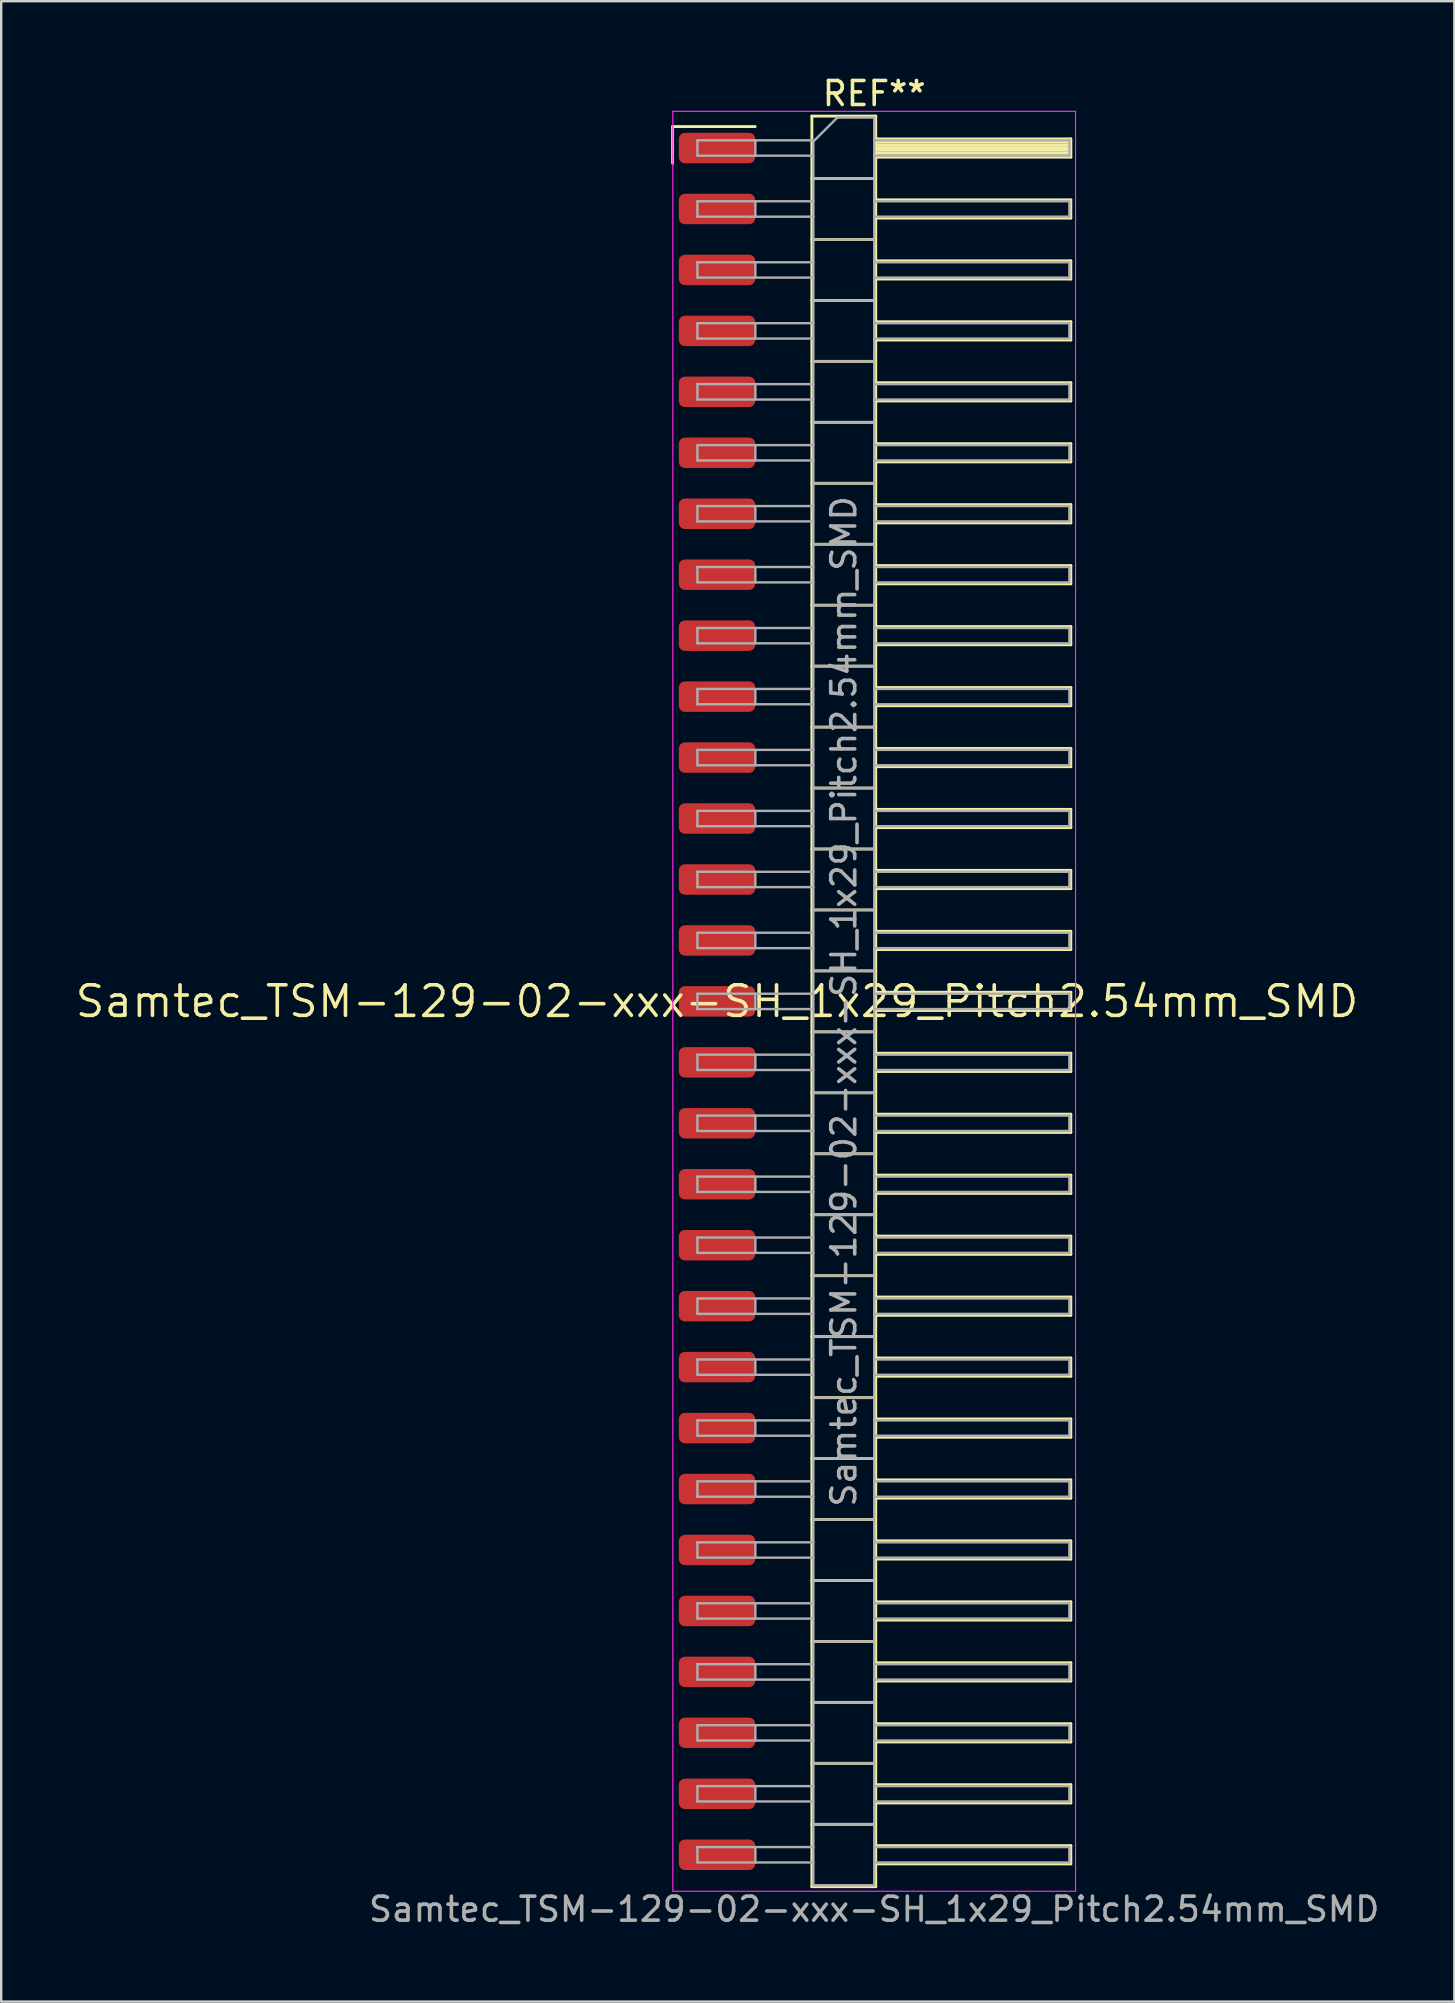
<source format=kicad_pcb>
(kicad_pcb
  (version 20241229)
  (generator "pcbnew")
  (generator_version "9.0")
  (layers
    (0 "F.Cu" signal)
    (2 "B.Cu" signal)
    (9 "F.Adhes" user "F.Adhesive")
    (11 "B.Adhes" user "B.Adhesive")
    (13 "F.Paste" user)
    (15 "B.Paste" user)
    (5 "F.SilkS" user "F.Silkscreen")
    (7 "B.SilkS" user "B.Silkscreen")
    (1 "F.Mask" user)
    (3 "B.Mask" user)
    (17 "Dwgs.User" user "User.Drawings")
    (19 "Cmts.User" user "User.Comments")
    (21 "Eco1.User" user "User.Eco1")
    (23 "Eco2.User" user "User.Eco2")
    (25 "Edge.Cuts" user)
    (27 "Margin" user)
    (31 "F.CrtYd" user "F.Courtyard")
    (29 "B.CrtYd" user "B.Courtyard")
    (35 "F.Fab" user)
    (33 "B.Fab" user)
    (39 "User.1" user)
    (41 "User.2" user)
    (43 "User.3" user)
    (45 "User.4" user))
  (footprint "Samtec_TSM-129-02-xxx-SH_1x29_Pitch2.54mm_SMD"
    (layer "F.Cu")
    (at 26.828 38.678)
    (property "Reference" "Samtec_TSM-129-02-xxx-SH_1x29_Pitch2.54mm_SMD" (at 0 0 0) (layer "F.SilkS") (effects (font (size 1.27 1.27) (thickness 0.15))))
    (attr smd)
    (fp_line (start -1.85 -36.455) (end 1.59 -36.455) (stroke (width 0.12) (type solid)) (layer "F.SilkS"))
    (fp_line (start -1.85 -34.925) (end -1.85 -36.455) (stroke (width 0.12) (type solid)) (layer "F.SilkS"))
    (fp_line (start 3.953 -36.89) (end 6.613 -36.89) (stroke (width 0.12) (type solid)) (layer "F.SilkS"))
    (fp_line (start 3.953 -34.29) (end 6.613 -34.29) (stroke (width 0.12) (type solid)) (layer "F.SilkS"))
    (fp_line (start 3.953 -31.75) (end 6.613 -31.75) (stroke (width 0.12) (type solid)) (layer "F.SilkS"))
    (fp_line (start 3.953 -29.21) (end 6.613 -29.21) (stroke (width 0.12) (type solid)) (layer "F.SilkS"))
    (fp_line (start 3.953 -26.67) (end 6.613 -26.67) (stroke (width 0.12) (type solid)) (layer "F.SilkS"))
    (fp_line (start 3.953 -24.13) (end 6.613 -24.13) (stroke (width 0.12) (type solid)) (layer "F.SilkS"))
    (fp_line (start 3.953 -21.59) (end 6.613 -21.59) (stroke (width 0.12) (type solid)) (layer "F.SilkS"))
    (fp_line (start 3.953 -19.05) (end 6.613 -19.05) (stroke (width 0.12) (type solid)) (layer "F.SilkS"))
    (fp_line (start 3.953 -16.51) (end 6.613 -16.51) (stroke (width 0.12) (type solid)) (layer "F.SilkS"))
    (fp_line (start 3.953 -13.97) (end 6.613 -13.97) (stroke (width 0.12) (type solid)) (layer "F.SilkS"))
    (fp_line (start 3.953 -11.43) (end 6.613 -11.43) (stroke (width 0.12) (type solid)) (layer "F.SilkS"))
    (fp_line (start 3.953 -8.89) (end 6.613 -8.89) (stroke (width 0.12) (type solid)) (layer "F.SilkS"))
    (fp_line (start 3.953 -6.35) (end 6.613 -6.35) (stroke (width 0.12) (type solid)) (layer "F.SilkS"))
    (fp_line (start 3.953 -3.81) (end 6.613 -3.81) (stroke (width 0.12) (type solid)) (layer "F.SilkS"))
    (fp_line (start 3.953 -1.27) (end 6.613 -1.27) (stroke (width 0.12) (type solid)) (layer "F.SilkS"))
    (fp_line (start 3.953 1.27) (end 6.613 1.27) (stroke (width 0.12) (type solid)) (layer "F.SilkS"))
    (fp_line (start 3.953 3.81) (end 6.613 3.81) (stroke (width 0.12) (type solid)) (layer "F.SilkS"))
    (fp_line (start 3.953 6.35) (end 6.613 6.35) (stroke (width 0.12) (type solid)) (layer "F.SilkS"))
    (fp_line (start 3.953 8.89) (end 6.613 8.89) (stroke (width 0.12) (type solid)) (layer "F.SilkS"))
    (fp_line (start 3.953 11.43) (end 6.613 11.43) (stroke (width 0.12) (type solid)) (layer "F.SilkS"))
    (fp_line (start 3.953 13.97) (end 6.613 13.97) (stroke (width 0.12) (type solid)) (layer "F.SilkS"))
    (fp_line (start 3.953 16.51) (end 6.613 16.51) (stroke (width 0.12) (type solid)) (layer "F.SilkS"))
    (fp_line (start 3.953 19.05) (end 6.613 19.05) (stroke (width 0.12) (type solid)) (layer "F.SilkS"))
    (fp_line (start 3.953 21.59) (end 6.613 21.59) (stroke (width 0.12) (type solid)) (layer "F.SilkS"))
    (fp_line (start 3.953 24.13) (end 6.613 24.13) (stroke (width 0.12) (type solid)) (layer "F.SilkS"))
    (fp_line (start 3.953 26.67) (end 6.613 26.67) (stroke (width 0.12) (type solid)) (layer "F.SilkS"))
    (fp_line (start 3.953 29.21) (end 6.613 29.21) (stroke (width 0.12) (type solid)) (layer "F.SilkS"))
    (fp_line (start 3.953 31.75) (end 6.613 31.75) (stroke (width 0.12) (type solid)) (layer "F.SilkS"))
    (fp_line (start 3.953 34.29) (end 6.613 34.29) (stroke (width 0.12) (type solid)) (layer "F.SilkS"))
    (fp_line (start 3.953 36.89) (end 3.953 -36.89) (stroke (width 0.12) (type solid)) (layer "F.SilkS"))
    (fp_line (start 6.613 -36.89) (end 6.613 36.89) (stroke (width 0.12) (type solid)) (layer "F.SilkS"))
    (fp_line (start 6.613 -35.94) (end 14.743 -35.94) (stroke (width 0.12) (type solid)) (layer "F.SilkS"))
    (fp_line (start 6.613 -35.82) (end 14.743 -35.82) (stroke (width 0.12) (type solid)) (layer "F.SilkS"))
    (fp_line (start 6.613 -35.7) (end 14.743 -35.7) (stroke (width 0.12) (type solid)) (layer "F.SilkS"))
    (fp_line (start 6.613 -35.58) (end 14.743 -35.58) (stroke (width 0.12) (type solid)) (layer "F.SilkS"))
    (fp_line (start 6.613 -35.46) (end 14.743 -35.46) (stroke (width 0.12) (type solid)) (layer "F.SilkS"))
    (fp_line (start 6.613 -35.34) (end 14.743 -35.34) (stroke (width 0.12) (type solid)) (layer "F.SilkS"))
    (fp_line (start 6.613 -35.22) (end 14.743 -35.22) (stroke (width 0.12) (type solid)) (layer "F.SilkS"))
    (fp_line (start 6.613 -35.18) (end 14.743 -35.18) (stroke (width 0.12) (type solid)) (layer "F.SilkS"))
    (fp_line (start 6.613 -33.4) (end 14.743 -33.4) (stroke (width 0.12) (type solid)) (layer "F.SilkS"))
    (fp_line (start 6.613 -32.64) (end 14.743 -32.64) (stroke (width 0.12) (type solid)) (layer "F.SilkS"))
    (fp_line (start 6.613 -30.86) (end 14.743 -30.86) (stroke (width 0.12) (type solid)) (layer "F.SilkS"))
    (fp_line (start 6.613 -30.1) (end 14.743 -30.1) (stroke (width 0.12) (type solid)) (layer "F.SilkS"))
    (fp_line (start 6.613 -28.32) (end 14.743 -28.32) (stroke (width 0.12) (type solid)) (layer "F.SilkS"))
    (fp_line (start 6.613 -27.56) (end 14.743 -27.56) (stroke (width 0.12) (type solid)) (layer "F.SilkS"))
    (fp_line (start 6.613 -25.78) (end 14.743 -25.78) (stroke (width 0.12) (type solid)) (layer "F.SilkS"))
    (fp_line (start 6.613 -25.02) (end 14.743 -25.02) (stroke (width 0.12) (type solid)) (layer "F.SilkS"))
    (fp_line (start 6.613 -23.24) (end 14.743 -23.24) (stroke (width 0.12) (type solid)) (layer "F.SilkS"))
    (fp_line (start 6.613 -22.48) (end 14.743 -22.48) (stroke (width 0.12) (type solid)) (layer "F.SilkS"))
    (fp_line (start 6.613 -20.7) (end 14.743 -20.7) (stroke (width 0.12) (type solid)) (layer "F.SilkS"))
    (fp_line (start 6.613 -19.94) (end 14.743 -19.94) (stroke (width 0.12) (type solid)) (layer "F.SilkS"))
    (fp_line (start 6.613 -18.16) (end 14.743 -18.16) (stroke (width 0.12) (type solid)) (layer "F.SilkS"))
    (fp_line (start 6.613 -17.4) (end 14.743 -17.4) (stroke (width 0.12) (type solid)) (layer "F.SilkS"))
    (fp_line (start 6.613 -15.62) (end 14.743 -15.62) (stroke (width 0.12) (type solid)) (layer "F.SilkS"))
    (fp_line (start 6.613 -14.86) (end 14.743 -14.86) (stroke (width 0.12) (type solid)) (layer "F.SilkS"))
    (fp_line (start 6.613 -13.08) (end 14.743 -13.08) (stroke (width 0.12) (type solid)) (layer "F.SilkS"))
    (fp_line (start 6.613 -12.32) (end 14.743 -12.32) (stroke (width 0.12) (type solid)) (layer "F.SilkS"))
    (fp_line (start 6.613 -10.54) (end 14.743 -10.54) (stroke (width 0.12) (type solid)) (layer "F.SilkS"))
    (fp_line (start 6.613 -9.78) (end 14.743 -9.78) (stroke (width 0.12) (type solid)) (layer "F.SilkS"))
    (fp_line (start 6.613 -8) (end 14.743 -8) (stroke (width 0.12) (type solid)) (layer "F.SilkS"))
    (fp_line (start 6.613 -7.24) (end 14.743 -7.24) (stroke (width 0.12) (type solid)) (layer "F.SilkS"))
    (fp_line (start 6.613 -5.46) (end 14.743 -5.46) (stroke (width 0.12) (type solid)) (layer "F.SilkS"))
    (fp_line (start 6.613 -4.7) (end 14.743 -4.7) (stroke (width 0.12) (type solid)) (layer "F.SilkS"))
    (fp_line (start 6.613 -2.92) (end 14.743 -2.92) (stroke (width 0.12) (type solid)) (layer "F.SilkS"))
    (fp_line (start 6.613 -2.16) (end 14.743 -2.16) (stroke (width 0.12) (type solid)) (layer "F.SilkS"))
    (fp_line (start 6.613 -0.38) (end 14.743 -0.38) (stroke (width 0.12) (type solid)) (layer "F.SilkS"))
    (fp_line (start 6.613 0.38) (end 14.743 0.38) (stroke (width 0.12) (type solid)) (layer "F.SilkS"))
    (fp_line (start 6.613 2.16) (end 14.743 2.16) (stroke (width 0.12) (type solid)) (layer "F.SilkS"))
    (fp_line (start 6.613 2.92) (end 14.743 2.92) (stroke (width 0.12) (type solid)) (layer "F.SilkS"))
    (fp_line (start 6.613 4.7) (end 14.743 4.7) (stroke (width 0.12) (type solid)) (layer "F.SilkS"))
    (fp_line (start 6.613 5.46) (end 14.743 5.46) (stroke (width 0.12) (type solid)) (layer "F.SilkS"))
    (fp_line (start 6.613 7.24) (end 14.743 7.24) (stroke (width 0.12) (type solid)) (layer "F.SilkS"))
    (fp_line (start 6.613 8) (end 14.743 8) (stroke (width 0.12) (type solid)) (layer "F.SilkS"))
    (fp_line (start 6.613 9.78) (end 14.743 9.78) (stroke (width 0.12) (type solid)) (layer "F.SilkS"))
    (fp_line (start 6.613 10.54) (end 14.743 10.54) (stroke (width 0.12) (type solid)) (layer "F.SilkS"))
    (fp_line (start 6.613 12.32) (end 14.743 12.32) (stroke (width 0.12) (type solid)) (layer "F.SilkS"))
    (fp_line (start 6.613 13.08) (end 14.743 13.08) (stroke (width 0.12) (type solid)) (layer "F.SilkS"))
    (fp_line (start 6.613 14.86) (end 14.743 14.86) (stroke (width 0.12) (type solid)) (layer "F.SilkS"))
    (fp_line (start 6.613 15.62) (end 14.743 15.62) (stroke (width 0.12) (type solid)) (layer "F.SilkS"))
    (fp_line (start 6.613 17.4) (end 14.743 17.4) (stroke (width 0.12) (type solid)) (layer "F.SilkS"))
    (fp_line (start 6.613 18.16) (end 14.743 18.16) (stroke (width 0.12) (type solid)) (layer "F.SilkS"))
    (fp_line (start 6.613 19.94) (end 14.743 19.94) (stroke (width 0.12) (type solid)) (layer "F.SilkS"))
    (fp_line (start 6.613 20.7) (end 14.743 20.7) (stroke (width 0.12) (type solid)) (layer "F.SilkS"))
    (fp_line (start 6.613 22.48) (end 14.743 22.48) (stroke (width 0.12) (type solid)) (layer "F.SilkS"))
    (fp_line (start 6.613 23.24) (end 14.743 23.24) (stroke (width 0.12) (type solid)) (layer "F.SilkS"))
    (fp_line (start 6.613 25.02) (end 14.743 25.02) (stroke (width 0.12) (type solid)) (layer "F.SilkS"))
    (fp_line (start 6.613 25.78) (end 14.743 25.78) (stroke (width 0.12) (type solid)) (layer "F.SilkS"))
    (fp_line (start 6.613 27.56) (end 14.743 27.56) (stroke (width 0.12) (type solid)) (layer "F.SilkS"))
    (fp_line (start 6.613 28.32) (end 14.743 28.32) (stroke (width 0.12) (type solid)) (layer "F.SilkS"))
    (fp_line (start 6.613 30.1) (end 14.743 30.1) (stroke (width 0.12) (type solid)) (layer "F.SilkS"))
    (fp_line (start 6.613 30.86) (end 14.743 30.86) (stroke (width 0.12) (type solid)) (layer "F.SilkS"))
    (fp_line (start 6.613 32.64) (end 14.743 32.64) (stroke (width 0.12) (type solid)) (layer "F.SilkS"))
    (fp_line (start 6.613 33.4) (end 14.743 33.4) (stroke (width 0.12) (type solid)) (layer "F.SilkS"))
    (fp_line (start 6.613 35.18) (end 14.743 35.18) (stroke (width 0.12) (type solid)) (layer "F.SilkS"))
    (fp_line (start 6.613 35.94) (end 14.743 35.94) (stroke (width 0.12) (type solid)) (layer "F.SilkS"))
    (fp_line (start 6.613 36.89) (end 3.953 36.89) (stroke (width 0.12) (type solid)) (layer "F.SilkS"))
    (fp_line (start 14.743 -35.94) (end 14.743 -35.18) (stroke (width 0.12) (type solid)) (layer "F.SilkS"))
    (fp_line (start 14.743 -33.4) (end 14.743 -32.64) (stroke (width 0.12) (type solid)) (layer "F.SilkS"))
    (fp_line (start 14.743 -30.86) (end 14.743 -30.1) (stroke (width 0.12) (type solid)) (layer "F.SilkS"))
    (fp_line (start 14.743 -28.32) (end 14.743 -27.56) (stroke (width 0.12) (type solid)) (layer "F.SilkS"))
    (fp_line (start 14.743 -25.78) (end 14.743 -25.02) (stroke (width 0.12) (type solid)) (layer "F.SilkS"))
    (fp_line (start 14.743 -23.24) (end 14.743 -22.48) (stroke (width 0.12) (type solid)) (layer "F.SilkS"))
    (fp_line (start 14.743 -20.7) (end 14.743 -19.94) (stroke (width 0.12) (type solid)) (layer "F.SilkS"))
    (fp_line (start 14.743 -18.16) (end 14.743 -17.4) (stroke (width 0.12) (type solid)) (layer "F.SilkS"))
    (fp_line (start 14.743 -15.62) (end 14.743 -14.86) (stroke (width 0.12) (type solid)) (layer "F.SilkS"))
    (fp_line (start 14.743 -13.08) (end 14.743 -12.32) (stroke (width 0.12) (type solid)) (layer "F.SilkS"))
    (fp_line (start 14.743 -10.54) (end 14.743 -9.78) (stroke (width 0.12) (type solid)) (layer "F.SilkS"))
    (fp_line (start 14.743 -8) (end 14.743 -7.24) (stroke (width 0.12) (type solid)) (layer "F.SilkS"))
    (fp_line (start 14.743 -5.46) (end 14.743 -4.7) (stroke (width 0.12) (type solid)) (layer "F.SilkS"))
    (fp_line (start 14.743 -2.92) (end 14.743 -2.16) (stroke (width 0.12) (type solid)) (layer "F.SilkS"))
    (fp_line (start 14.743 -0.38) (end 14.743 0.38) (stroke (width 0.12) (type solid)) (layer "F.SilkS"))
    (fp_line (start 14.743 2.16) (end 14.743 2.92) (stroke (width 0.12) (type solid)) (layer "F.SilkS"))
    (fp_line (start 14.743 4.7) (end 14.743 5.46) (stroke (width 0.12) (type solid)) (layer "F.SilkS"))
    (fp_line (start 14.743 7.24) (end 14.743 8) (stroke (width 0.12) (type solid)) (layer "F.SilkS"))
    (fp_line (start 14.743 9.78) (end 14.743 10.54) (stroke (width 0.12) (type solid)) (layer "F.SilkS"))
    (fp_line (start 14.743 12.32) (end 14.743 13.08) (stroke (width 0.12) (type solid)) (layer "F.SilkS"))
    (fp_line (start 14.743 14.86) (end 14.743 15.62) (stroke (width 0.12) (type solid)) (layer "F.SilkS"))
    (fp_line (start 14.743 17.4) (end 14.743 18.16) (stroke (width 0.12) (type solid)) (layer "F.SilkS"))
    (fp_line (start 14.743 19.94) (end 14.743 20.7) (stroke (width 0.12) (type solid)) (layer "F.SilkS"))
    (fp_line (start 14.743 22.48) (end 14.743 23.24) (stroke (width 0.12) (type solid)) (layer "F.SilkS"))
    (fp_line (start 14.743 25.02) (end 14.743 25.78) (stroke (width 0.12) (type solid)) (layer "F.SilkS"))
    (fp_line (start 14.743 27.56) (end 14.743 28.32) (stroke (width 0.12) (type solid)) (layer "F.SilkS"))
    (fp_line (start 14.743 30.1) (end 14.743 30.86) (stroke (width 0.12) (type solid)) (layer "F.SilkS"))
    (fp_line (start 14.743 32.64) (end 14.743 33.4) (stroke (width 0.12) (type solid)) (layer "F.SilkS"))
    (fp_line (start 14.743 35.18) (end 14.743 35.94) (stroke (width 0.12) (type solid)) (layer "F.SilkS"))
    (fp_line (start -1.84 -37.09) (end 14.94 -37.09) (stroke (width 0.05) (type solid)) (layer "F.CrtYd"))
    (fp_line (start -1.84 37.08) (end -1.84 -37.09) (stroke (width 0.05) (type solid)) (layer "F.CrtYd"))
    (fp_line (start 14.94 -37.09) (end 14.94 37.08) (stroke (width 0.05) (type solid)) (layer "F.CrtYd"))
    (fp_line (start 14.94 37.08) (end -1.84 37.08) (stroke (width 0.05) (type solid)) (layer "F.CrtYd"))
    (fp_line (start -0.817 -35.88) (end -0.817 -35.24) (stroke (width 0.1) (type solid)) (layer "F.Fab"))
    (fp_line (start -0.817 -35.88) (end 4.013 -35.88) (stroke (width 0.1) (type solid)) (layer "F.Fab"))
    (fp_line (start -0.817 -35.24) (end 4.013 -35.24) (stroke (width 0.1) (type solid)) (layer "F.Fab"))
    (fp_line (start -0.817 -33.34) (end -0.817 -32.7) (stroke (width 0.1) (type solid)) (layer "F.Fab"))
    (fp_line (start -0.817 -33.34) (end 4.013 -33.34) (stroke (width 0.1) (type solid)) (layer "F.Fab"))
    (fp_line (start -0.817 -32.7) (end 4.013 -32.7) (stroke (width 0.1) (type solid)) (layer "F.Fab"))
    (fp_line (start -0.817 -30.8) (end -0.817 -30.16) (stroke (width 0.1) (type solid)) (layer "F.Fab"))
    (fp_line (start -0.817 -30.8) (end 4.013 -30.8) (stroke (width 0.1) (type solid)) (layer "F.Fab"))
    (fp_line (start -0.817 -30.16) (end 4.013 -30.16) (stroke (width 0.1) (type solid)) (layer "F.Fab"))
    (fp_line (start -0.817 -28.26) (end -0.817 -27.62) (stroke (width 0.1) (type solid)) (layer "F.Fab"))
    (fp_line (start -0.817 -28.26) (end 4.013 -28.26) (stroke (width 0.1) (type solid)) (layer "F.Fab"))
    (fp_line (start -0.817 -27.62) (end 4.013 -27.62) (stroke (width 0.1) (type solid)) (layer "F.Fab"))
    (fp_line (start -0.817 -25.72) (end -0.817 -25.08) (stroke (width 0.1) (type solid)) (layer "F.Fab"))
    (fp_line (start -0.817 -25.72) (end 4.013 -25.72) (stroke (width 0.1) (type solid)) (layer "F.Fab"))
    (fp_line (start -0.817 -25.08) (end 4.013 -25.08) (stroke (width 0.1) (type solid)) (layer "F.Fab"))
    (fp_line (start -0.817 -23.18) (end -0.817 -22.54) (stroke (width 0.1) (type solid)) (layer "F.Fab"))
    (fp_line (start -0.817 -23.18) (end 4.013 -23.18) (stroke (width 0.1) (type solid)) (layer "F.Fab"))
    (fp_line (start -0.817 -22.54) (end 4.013 -22.54) (stroke (width 0.1) (type solid)) (layer "F.Fab"))
    (fp_line (start -0.817 -20.64) (end -0.817 -20) (stroke (width 0.1) (type solid)) (layer "F.Fab"))
    (fp_line (start -0.817 -20.64) (end 4.013 -20.64) (stroke (width 0.1) (type solid)) (layer "F.Fab"))
    (fp_line (start -0.817 -20) (end 4.013 -20) (stroke (width 0.1) (type solid)) (layer "F.Fab"))
    (fp_line (start -0.817 -18.1) (end -0.817 -17.46) (stroke (width 0.1) (type solid)) (layer "F.Fab"))
    (fp_line (start -0.817 -18.1) (end 4.013 -18.1) (stroke (width 0.1) (type solid)) (layer "F.Fab"))
    (fp_line (start -0.817 -17.46) (end 4.013 -17.46) (stroke (width 0.1) (type solid)) (layer "F.Fab"))
    (fp_line (start -0.817 -15.56) (end -0.817 -14.92) (stroke (width 0.1) (type solid)) (layer "F.Fab"))
    (fp_line (start -0.817 -15.56) (end 4.013 -15.56) (stroke (width 0.1) (type solid)) (layer "F.Fab"))
    (fp_line (start -0.817 -14.92) (end 4.013 -14.92) (stroke (width 0.1) (type solid)) (layer "F.Fab"))
    (fp_line (start -0.817 -13.02) (end -0.817 -12.38) (stroke (width 0.1) (type solid)) (layer "F.Fab"))
    (fp_line (start -0.817 -13.02) (end 4.013 -13.02) (stroke (width 0.1) (type solid)) (layer "F.Fab"))
    (fp_line (start -0.817 -12.38) (end 4.013 -12.38) (stroke (width 0.1) (type solid)) (layer "F.Fab"))
    (fp_line (start -0.817 -10.48) (end -0.817 -9.84) (stroke (width 0.1) (type solid)) (layer "F.Fab"))
    (fp_line (start -0.817 -10.48) (end 4.013 -10.48) (stroke (width 0.1) (type solid)) (layer "F.Fab"))
    (fp_line (start -0.817 -9.84) (end 4.013 -9.84) (stroke (width 0.1) (type solid)) (layer "F.Fab"))
    (fp_line (start -0.817 -7.94) (end -0.817 -7.3) (stroke (width 0.1) (type solid)) (layer "F.Fab"))
    (fp_line (start -0.817 -7.94) (end 4.013 -7.94) (stroke (width 0.1) (type solid)) (layer "F.Fab"))
    (fp_line (start -0.817 -7.3) (end 4.013 -7.3) (stroke (width 0.1) (type solid)) (layer "F.Fab"))
    (fp_line (start -0.817 -5.4) (end -0.817 -4.76) (stroke (width 0.1) (type solid)) (layer "F.Fab"))
    (fp_line (start -0.817 -5.4) (end 4.013 -5.4) (stroke (width 0.1) (type solid)) (layer "F.Fab"))
    (fp_line (start -0.817 -4.76) (end 4.013 -4.76) (stroke (width 0.1) (type solid)) (layer "F.Fab"))
    (fp_line (start -0.817 -2.86) (end -0.817 -2.22) (stroke (width 0.1) (type solid)) (layer "F.Fab"))
    (fp_line (start -0.817 -2.86) (end 4.013 -2.86) (stroke (width 0.1) (type solid)) (layer "F.Fab"))
    (fp_line (start -0.817 -2.22) (end 4.013 -2.22) (stroke (width 0.1) (type solid)) (layer "F.Fab"))
    (fp_line (start -0.817 -0.32) (end -0.817 0.32) (stroke (width 0.1) (type solid)) (layer "F.Fab"))
    (fp_line (start -0.817 -0.32) (end 4.013 -0.32) (stroke (width 0.1) (type solid)) (layer "F.Fab"))
    (fp_line (start -0.817 0.32) (end 4.013 0.32) (stroke (width 0.1) (type solid)) (layer "F.Fab"))
    (fp_line (start -0.817 2.22) (end -0.817 2.86) (stroke (width 0.1) (type solid)) (layer "F.Fab"))
    (fp_line (start -0.817 2.22) (end 4.013 2.22) (stroke (width 0.1) (type solid)) (layer "F.Fab"))
    (fp_line (start -0.817 2.86) (end 4.013 2.86) (stroke (width 0.1) (type solid)) (layer "F.Fab"))
    (fp_line (start -0.817 4.76) (end -0.817 5.4) (stroke (width 0.1) (type solid)) (layer "F.Fab"))
    (fp_line (start -0.817 4.76) (end 4.013 4.76) (stroke (width 0.1) (type solid)) (layer "F.Fab"))
    (fp_line (start -0.817 5.4) (end 4.013 5.4) (stroke (width 0.1) (type solid)) (layer "F.Fab"))
    (fp_line (start -0.817 7.3) (end -0.817 7.94) (stroke (width 0.1) (type solid)) (layer "F.Fab"))
    (fp_line (start -0.817 7.3) (end 4.013 7.3) (stroke (width 0.1) (type solid)) (layer "F.Fab"))
    (fp_line (start -0.817 7.94) (end 4.013 7.94) (stroke (width 0.1) (type solid)) (layer "F.Fab"))
    (fp_line (start -0.817 9.84) (end -0.817 10.48) (stroke (width 0.1) (type solid)) (layer "F.Fab"))
    (fp_line (start -0.817 9.84) (end 4.013 9.84) (stroke (width 0.1) (type solid)) (layer "F.Fab"))
    (fp_line (start -0.817 10.48) (end 4.013 10.48) (stroke (width 0.1) (type solid)) (layer "F.Fab"))
    (fp_line (start -0.817 12.38) (end -0.817 13.02) (stroke (width 0.1) (type solid)) (layer "F.Fab"))
    (fp_line (start -0.817 12.38) (end 4.013 12.38) (stroke (width 0.1) (type solid)) (layer "F.Fab"))
    (fp_line (start -0.817 13.02) (end 4.013 13.02) (stroke (width 0.1) (type solid)) (layer "F.Fab"))
    (fp_line (start -0.817 14.92) (end -0.817 15.56) (stroke (width 0.1) (type solid)) (layer "F.Fab"))
    (fp_line (start -0.817 14.92) (end 4.013 14.92) (stroke (width 0.1) (type solid)) (layer "F.Fab"))
    (fp_line (start -0.817 15.56) (end 4.013 15.56) (stroke (width 0.1) (type solid)) (layer "F.Fab"))
    (fp_line (start -0.817 17.46) (end -0.817 18.1) (stroke (width 0.1) (type solid)) (layer "F.Fab"))
    (fp_line (start -0.817 17.46) (end 4.013 17.46) (stroke (width 0.1) (type solid)) (layer "F.Fab"))
    (fp_line (start -0.817 18.1) (end 4.013 18.1) (stroke (width 0.1) (type solid)) (layer "F.Fab"))
    (fp_line (start -0.817 20) (end -0.817 20.64) (stroke (width 0.1) (type solid)) (layer "F.Fab"))
    (fp_line (start -0.817 20) (end 4.013 20) (stroke (width 0.1) (type solid)) (layer "F.Fab"))
    (fp_line (start -0.817 20.64) (end 4.013 20.64) (stroke (width 0.1) (type solid)) (layer "F.Fab"))
    (fp_line (start -0.817 22.54) (end -0.817 23.18) (stroke (width 0.1) (type solid)) (layer "F.Fab"))
    (fp_line (start -0.817 22.54) (end 4.013 22.54) (stroke (width 0.1) (type solid)) (layer "F.Fab"))
    (fp_line (start -0.817 23.18) (end 4.013 23.18) (stroke (width 0.1) (type solid)) (layer "F.Fab"))
    (fp_line (start -0.817 25.08) (end -0.817 25.72) (stroke (width 0.1) (type solid)) (layer "F.Fab"))
    (fp_line (start -0.817 25.08) (end 4.013 25.08) (stroke (width 0.1) (type solid)) (layer "F.Fab"))
    (fp_line (start -0.817 25.72) (end 4.013 25.72) (stroke (width 0.1) (type solid)) (layer "F.Fab"))
    (fp_line (start -0.817 27.62) (end -0.817 28.26) (stroke (width 0.1) (type solid)) (layer "F.Fab"))
    (fp_line (start -0.817 27.62) (end 4.013 27.62) (stroke (width 0.1) (type solid)) (layer "F.Fab"))
    (fp_line (start -0.817 28.26) (end 4.013 28.26) (stroke (width 0.1) (type solid)) (layer "F.Fab"))
    (fp_line (start -0.817 30.16) (end -0.817 30.8) (stroke (width 0.1) (type solid)) (layer "F.Fab"))
    (fp_line (start -0.817 30.16) (end 4.013 30.16) (stroke (width 0.1) (type solid)) (layer "F.Fab"))
    (fp_line (start -0.817 30.8) (end 4.013 30.8) (stroke (width 0.1) (type solid)) (layer "F.Fab"))
    (fp_line (start -0.817 32.7) (end -0.817 33.34) (stroke (width 0.1) (type solid)) (layer "F.Fab"))
    (fp_line (start -0.817 32.7) (end 4.013 32.7) (stroke (width 0.1) (type solid)) (layer "F.Fab"))
    (fp_line (start -0.817 33.34) (end 4.013 33.34) (stroke (width 0.1) (type solid)) (layer "F.Fab"))
    (fp_line (start -0.817 35.24) (end -0.817 35.88) (stroke (width 0.1) (type solid)) (layer "F.Fab"))
    (fp_line (start -0.817 35.24) (end 4.013 35.24) (stroke (width 0.1) (type solid)) (layer "F.Fab"))
    (fp_line (start -0.817 35.88) (end 4.013 35.88) (stroke (width 0.1) (type solid)) (layer "F.Fab"))
    (fp_line (start 1.598 -35.88) (end 1.598 -35.24) (stroke (width 0.1) (type solid)) (layer "F.Fab"))
    (fp_line (start 1.598 -33.34) (end 1.598 -32.7) (stroke (width 0.1) (type solid)) (layer "F.Fab"))
    (fp_line (start 1.598 -30.8) (end 1.598 -30.16) (stroke (width 0.1) (type solid)) (layer "F.Fab"))
    (fp_line (start 1.598 -28.26) (end 1.598 -27.62) (stroke (width 0.1) (type solid)) (layer "F.Fab"))
    (fp_line (start 1.598 -25.72) (end 1.598 -25.08) (stroke (width 0.1) (type solid)) (layer "F.Fab"))
    (fp_line (start 1.598 -23.18) (end 1.598 -22.54) (stroke (width 0.1) (type solid)) (layer "F.Fab"))
    (fp_line (start 1.598 -20.64) (end 1.598 -20) (stroke (width 0.1) (type solid)) (layer "F.Fab"))
    (fp_line (start 1.598 -18.1) (end 1.598 -17.46) (stroke (width 0.1) (type solid)) (layer "F.Fab"))
    (fp_line (start 1.598 -15.56) (end 1.598 -14.92) (stroke (width 0.1) (type solid)) (layer "F.Fab"))
    (fp_line (start 1.598 -13.02) (end 1.598 -12.38) (stroke (width 0.1) (type solid)) (layer "F.Fab"))
    (fp_line (start 1.598 -10.48) (end 1.598 -9.84) (stroke (width 0.1) (type solid)) (layer "F.Fab"))
    (fp_line (start 1.598 -7.94) (end 1.598 -7.3) (stroke (width 0.1) (type solid)) (layer "F.Fab"))
    (fp_line (start 1.598 -5.4) (end 1.598 -4.76) (stroke (width 0.1) (type solid)) (layer "F.Fab"))
    (fp_line (start 1.598 -2.86) (end 1.598 -2.22) (stroke (width 0.1) (type solid)) (layer "F.Fab"))
    (fp_line (start 1.598 -0.32) (end 1.598 0.32) (stroke (width 0.1) (type solid)) (layer "F.Fab"))
    (fp_line (start 1.598 2.22) (end 1.598 2.86) (stroke (width 0.1) (type solid)) (layer "F.Fab"))
    (fp_line (start 1.598 4.76) (end 1.598 5.4) (stroke (width 0.1) (type solid)) (layer "F.Fab"))
    (fp_line (start 1.598 7.3) (end 1.598 7.94) (stroke (width 0.1) (type solid)) (layer "F.Fab"))
    (fp_line (start 1.598 9.84) (end 1.598 10.48) (stroke (width 0.1) (type solid)) (layer "F.Fab"))
    (fp_line (start 1.598 12.38) (end 1.598 13.02) (stroke (width 0.1) (type solid)) (layer "F.Fab"))
    (fp_line (start 1.598 14.92) (end 1.598 15.56) (stroke (width 0.1) (type solid)) (layer "F.Fab"))
    (fp_line (start 1.598 17.46) (end 1.598 18.1) (stroke (width 0.1) (type solid)) (layer "F.Fab"))
    (fp_line (start 1.598 20) (end 1.598 20.64) (stroke (width 0.1) (type solid)) (layer "F.Fab"))
    (fp_line (start 1.598 22.54) (end 1.598 23.18) (stroke (width 0.1) (type solid)) (layer "F.Fab"))
    (fp_line (start 1.598 25.08) (end 1.598 25.72) (stroke (width 0.1) (type solid)) (layer "F.Fab"))
    (fp_line (start 1.598 27.62) (end 1.598 28.26) (stroke (width 0.1) (type solid)) (layer "F.Fab"))
    (fp_line (start 1.598 30.16) (end 1.598 30.8) (stroke (width 0.1) (type solid)) (layer "F.Fab"))
    (fp_line (start 1.598 32.7) (end 1.598 33.34) (stroke (width 0.1) (type solid)) (layer "F.Fab"))
    (fp_line (start 1.598 35.24) (end 1.598 35.88) (stroke (width 0.1) (type solid)) (layer "F.Fab"))
    (fp_line (start 4.013 -35.83) (end 5.013 -36.83) (stroke (width 0.1) (type solid)) (layer "F.Fab"))
    (fp_line (start 4.013 -34.29) (end 6.553 -34.29) (stroke (width 0.1) (type solid)) (layer "F.Fab"))
    (fp_line (start 4.013 -31.75) (end 6.553 -31.75) (stroke (width 0.1) (type solid)) (layer "F.Fab"))
    (fp_line (start 4.013 -29.21) (end 6.553 -29.21) (stroke (width 0.1) (type solid)) (layer "F.Fab"))
    (fp_line (start 4.013 -26.67) (end 6.553 -26.67) (stroke (width 0.1) (type solid)) (layer "F.Fab"))
    (fp_line (start 4.013 -24.13) (end 6.553 -24.13) (stroke (width 0.1) (type solid)) (layer "F.Fab"))
    (fp_line (start 4.013 -21.59) (end 6.553 -21.59) (stroke (width 0.1) (type solid)) (layer "F.Fab"))
    (fp_line (start 4.013 -19.05) (end 6.553 -19.05) (stroke (width 0.1) (type solid)) (layer "F.Fab"))
    (fp_line (start 4.013 -16.51) (end 6.553 -16.51) (stroke (width 0.1) (type solid)) (layer "F.Fab"))
    (fp_line (start 4.013 -13.97) (end 6.553 -13.97) (stroke (width 0.1) (type solid)) (layer "F.Fab"))
    (fp_line (start 4.013 -11.43) (end 6.553 -11.43) (stroke (width 0.1) (type solid)) (layer "F.Fab"))
    (fp_line (start 4.013 -8.89) (end 6.553 -8.89) (stroke (width 0.1) (type solid)) (layer "F.Fab"))
    (fp_line (start 4.013 -6.35) (end 6.553 -6.35) (stroke (width 0.1) (type solid)) (layer "F.Fab"))
    (fp_line (start 4.013 -3.81) (end 6.553 -3.81) (stroke (width 0.1) (type solid)) (layer "F.Fab"))
    (fp_line (start 4.013 -1.27) (end 6.553 -1.27) (stroke (width 0.1) (type solid)) (layer "F.Fab"))
    (fp_line (start 4.013 1.27) (end 6.553 1.27) (stroke (width 0.1) (type solid)) (layer "F.Fab"))
    (fp_line (start 4.013 3.81) (end 6.553 3.81) (stroke (width 0.1) (type solid)) (layer "F.Fab"))
    (fp_line (start 4.013 6.35) (end 6.553 6.35) (stroke (width 0.1) (type solid)) (layer "F.Fab"))
    (fp_line (start 4.013 8.89) (end 6.553 8.89) (stroke (width 0.1) (type solid)) (layer "F.Fab"))
    (fp_line (start 4.013 11.43) (end 6.553 11.43) (stroke (width 0.1) (type solid)) (layer "F.Fab"))
    (fp_line (start 4.013 13.97) (end 6.553 13.97) (stroke (width 0.1) (type solid)) (layer "F.Fab"))
    (fp_line (start 4.013 16.51) (end 6.553 16.51) (stroke (width 0.1) (type solid)) (layer "F.Fab"))
    (fp_line (start 4.013 19.05) (end 6.553 19.05) (stroke (width 0.1) (type solid)) (layer "F.Fab"))
    (fp_line (start 4.013 21.59) (end 6.553 21.59) (stroke (width 0.1) (type solid)) (layer "F.Fab"))
    (fp_line (start 4.013 24.13) (end 6.553 24.13) (stroke (width 0.1) (type solid)) (layer "F.Fab"))
    (fp_line (start 4.013 26.67) (end 6.553 26.67) (stroke (width 0.1) (type solid)) (layer "F.Fab"))
    (fp_line (start 4.013 29.21) (end 6.553 29.21) (stroke (width 0.1) (type solid)) (layer "F.Fab"))
    (fp_line (start 4.013 31.75) (end 6.553 31.75) (stroke (width 0.1) (type solid)) (layer "F.Fab"))
    (fp_line (start 4.013 34.29) (end 6.553 34.29) (stroke (width 0.1) (type solid)) (layer "F.Fab"))
    (fp_line (start 4.013 36.83) (end 4.013 -35.83) (stroke (width 0.1) (type solid)) (layer "F.Fab"))
    (fp_line (start 5.013 -36.83) (end 6.553 -36.83) (stroke (width 0.1) (type solid)) (layer "F.Fab"))
    (fp_line (start 6.553 -36.83) (end 6.553 36.83) (stroke (width 0.1) (type solid)) (layer "F.Fab"))
    (fp_line (start 6.553 -35.88) (end 14.683 -35.88) (stroke (width 0.1) (type solid)) (layer "F.Fab"))
    (fp_line (start 6.553 -35.24) (end 14.683 -35.24) (stroke (width 0.1) (type solid)) (layer "F.Fab"))
    (fp_line (start 6.553 -33.34) (end 14.683 -33.34) (stroke (width 0.1) (type solid)) (layer "F.Fab"))
    (fp_line (start 6.553 -32.7) (end 14.683 -32.7) (stroke (width 0.1) (type solid)) (layer "F.Fab"))
    (fp_line (start 6.553 -30.8) (end 14.683 -30.8) (stroke (width 0.1) (type solid)) (layer "F.Fab"))
    (fp_line (start 6.553 -30.16) (end 14.683 -30.16) (stroke (width 0.1) (type solid)) (layer "F.Fab"))
    (fp_line (start 6.553 -28.26) (end 14.683 -28.26) (stroke (width 0.1) (type solid)) (layer "F.Fab"))
    (fp_line (start 6.553 -27.62) (end 14.683 -27.62) (stroke (width 0.1) (type solid)) (layer "F.Fab"))
    (fp_line (start 6.553 -25.72) (end 14.683 -25.72) (stroke (width 0.1) (type solid)) (layer "F.Fab"))
    (fp_line (start 6.553 -25.08) (end 14.683 -25.08) (stroke (width 0.1) (type solid)) (layer "F.Fab"))
    (fp_line (start 6.553 -23.18) (end 14.683 -23.18) (stroke (width 0.1) (type solid)) (layer "F.Fab"))
    (fp_line (start 6.553 -22.54) (end 14.683 -22.54) (stroke (width 0.1) (type solid)) (layer "F.Fab"))
    (fp_line (start 6.553 -20.64) (end 14.683 -20.64) (stroke (width 0.1) (type solid)) (layer "F.Fab"))
    (fp_line (start 6.553 -20) (end 14.683 -20) (stroke (width 0.1) (type solid)) (layer "F.Fab"))
    (fp_line (start 6.553 -18.1) (end 14.683 -18.1) (stroke (width 0.1) (type solid)) (layer "F.Fab"))
    (fp_line (start 6.553 -17.46) (end 14.683 -17.46) (stroke (width 0.1) (type solid)) (layer "F.Fab"))
    (fp_line (start 6.553 -15.56) (end 14.683 -15.56) (stroke (width 0.1) (type solid)) (layer "F.Fab"))
    (fp_line (start 6.553 -14.92) (end 14.683 -14.92) (stroke (width 0.1) (type solid)) (layer "F.Fab"))
    (fp_line (start 6.553 -13.02) (end 14.683 -13.02) (stroke (width 0.1) (type solid)) (layer "F.Fab"))
    (fp_line (start 6.553 -12.38) (end 14.683 -12.38) (stroke (width 0.1) (type solid)) (layer "F.Fab"))
    (fp_line (start 6.553 -10.48) (end 14.683 -10.48) (stroke (width 0.1) (type solid)) (layer "F.Fab"))
    (fp_line (start 6.553 -9.84) (end 14.683 -9.84) (stroke (width 0.1) (type solid)) (layer "F.Fab"))
    (fp_line (start 6.553 -7.94) (end 14.683 -7.94) (stroke (width 0.1) (type solid)) (layer "F.Fab"))
    (fp_line (start 6.553 -7.3) (end 14.683 -7.3) (stroke (width 0.1) (type solid)) (layer "F.Fab"))
    (fp_line (start 6.553 -5.4) (end 14.683 -5.4) (stroke (width 0.1) (type solid)) (layer "F.Fab"))
    (fp_line (start 6.553 -4.76) (end 14.683 -4.76) (stroke (width 0.1) (type solid)) (layer "F.Fab"))
    (fp_line (start 6.553 -2.86) (end 14.683 -2.86) (stroke (width 0.1) (type solid)) (layer "F.Fab"))
    (fp_line (start 6.553 -2.22) (end 14.683 -2.22) (stroke (width 0.1) (type solid)) (layer "F.Fab"))
    (fp_line (start 6.553 -0.32) (end 14.683 -0.32) (stroke (width 0.1) (type solid)) (layer "F.Fab"))
    (fp_line (start 6.553 0.32) (end 14.683 0.32) (stroke (width 0.1) (type solid)) (layer "F.Fab"))
    (fp_line (start 6.553 2.22) (end 14.683 2.22) (stroke (width 0.1) (type solid)) (layer "F.Fab"))
    (fp_line (start 6.553 2.86) (end 14.683 2.86) (stroke (width 0.1) (type solid)) (layer "F.Fab"))
    (fp_line (start 6.553 4.76) (end 14.683 4.76) (stroke (width 0.1) (type solid)) (layer "F.Fab"))
    (fp_line (start 6.553 5.4) (end 14.683 5.4) (stroke (width 0.1) (type solid)) (layer "F.Fab"))
    (fp_line (start 6.553 7.3) (end 14.683 7.3) (stroke (width 0.1) (type solid)) (layer "F.Fab"))
    (fp_line (start 6.553 7.94) (end 14.683 7.94) (stroke (width 0.1) (type solid)) (layer "F.Fab"))
    (fp_line (start 6.553 9.84) (end 14.683 9.84) (stroke (width 0.1) (type solid)) (layer "F.Fab"))
    (fp_line (start 6.553 10.48) (end 14.683 10.48) (stroke (width 0.1) (type solid)) (layer "F.Fab"))
    (fp_line (start 6.553 12.38) (end 14.683 12.38) (stroke (width 0.1) (type solid)) (layer "F.Fab"))
    (fp_line (start 6.553 13.02) (end 14.683 13.02) (stroke (width 0.1) (type solid)) (layer "F.Fab"))
    (fp_line (start 6.553 14.92) (end 14.683 14.92) (stroke (width 0.1) (type solid)) (layer "F.Fab"))
    (fp_line (start 6.553 15.56) (end 14.683 15.56) (stroke (width 0.1) (type solid)) (layer "F.Fab"))
    (fp_line (start 6.553 17.46) (end 14.683 17.46) (stroke (width 0.1) (type solid)) (layer "F.Fab"))
    (fp_line (start 6.553 18.1) (end 14.683 18.1) (stroke (width 0.1) (type solid)) (layer "F.Fab"))
    (fp_line (start 6.553 20) (end 14.683 20) (stroke (width 0.1) (type solid)) (layer "F.Fab"))
    (fp_line (start 6.553 20.64) (end 14.683 20.64) (stroke (width 0.1) (type solid)) (layer "F.Fab"))
    (fp_line (start 6.553 22.54) (end 14.683 22.54) (stroke (width 0.1) (type solid)) (layer "F.Fab"))
    (fp_line (start 6.553 23.18) (end 14.683 23.18) (stroke (width 0.1) (type solid)) (layer "F.Fab"))
    (fp_line (start 6.553 25.08) (end 14.683 25.08) (stroke (width 0.1) (type solid)) (layer "F.Fab"))
    (fp_line (start 6.553 25.72) (end 14.683 25.72) (stroke (width 0.1) (type solid)) (layer "F.Fab"))
    (fp_line (start 6.553 27.62) (end 14.683 27.62) (stroke (width 0.1) (type solid)) (layer "F.Fab"))
    (fp_line (start 6.553 28.26) (end 14.683 28.26) (stroke (width 0.1) (type solid)) (layer "F.Fab"))
    (fp_line (start 6.553 30.16) (end 14.683 30.16) (stroke (width 0.1) (type solid)) (layer "F.Fab"))
    (fp_line (start 6.553 30.8) (end 14.683 30.8) (stroke (width 0.1) (type solid)) (layer "F.Fab"))
    (fp_line (start 6.553 32.7) (end 14.683 32.7) (stroke (width 0.1) (type solid)) (layer "F.Fab"))
    (fp_line (start 6.553 33.34) (end 14.683 33.34) (stroke (width 0.1) (type solid)) (layer "F.Fab"))
    (fp_line (start 6.553 35.24) (end 14.683 35.24) (stroke (width 0.1) (type solid)) (layer "F.Fab"))
    (fp_line (start 6.553 35.88) (end 14.683 35.88) (stroke (width 0.1) (type solid)) (layer "F.Fab"))
    (fp_line (start 6.553 36.83) (end 4.013 36.83) (stroke (width 0.1) (type solid)) (layer "F.Fab"))
    (fp_line (start 14.683 -35.88) (end 14.683 -35.24) (stroke (width 0.1) (type solid)) (layer "F.Fab"))
    (fp_line (start 14.683 -33.34) (end 14.683 -32.7) (stroke (width 0.1) (type solid)) (layer "F.Fab"))
    (fp_line (start 14.683 -30.8) (end 14.683 -30.16) (stroke (width 0.1) (type solid)) (layer "F.Fab"))
    (fp_line (start 14.683 -28.26) (end 14.683 -27.62) (stroke (width 0.1) (type solid)) (layer "F.Fab"))
    (fp_line (start 14.683 -25.72) (end 14.683 -25.08) (stroke (width 0.1) (type solid)) (layer "F.Fab"))
    (fp_line (start 14.683 -23.18) (end 14.683 -22.54) (stroke (width 0.1) (type solid)) (layer "F.Fab"))
    (fp_line (start 14.683 -20.64) (end 14.683 -20) (stroke (width 0.1) (type solid)) (layer "F.Fab"))
    (fp_line (start 14.683 -18.1) (end 14.683 -17.46) (stroke (width 0.1) (type solid)) (layer "F.Fab"))
    (fp_line (start 14.683 -15.56) (end 14.683 -14.92) (stroke (width 0.1) (type solid)) (layer "F.Fab"))
    (fp_line (start 14.683 -13.02) (end 14.683 -12.38) (stroke (width 0.1) (type solid)) (layer "F.Fab"))
    (fp_line (start 14.683 -10.48) (end 14.683 -9.84) (stroke (width 0.1) (type solid)) (layer "F.Fab"))
    (fp_line (start 14.683 -7.94) (end 14.683 -7.3) (stroke (width 0.1) (type solid)) (layer "F.Fab"))
    (fp_line (start 14.683 -5.4) (end 14.683 -4.76) (stroke (width 0.1) (type solid)) (layer "F.Fab"))
    (fp_line (start 14.683 -2.86) (end 14.683 -2.22) (stroke (width 0.1) (type solid)) (layer "F.Fab"))
    (fp_line (start 14.683 -0.32) (end 14.683 0.32) (stroke (width 0.1) (type solid)) (layer "F.Fab"))
    (fp_line (start 14.683 2.22) (end 14.683 2.86) (stroke (width 0.1) (type solid)) (layer "F.Fab"))
    (fp_line (start 14.683 4.76) (end 14.683 5.4) (stroke (width 0.1) (type solid)) (layer "F.Fab"))
    (fp_line (start 14.683 7.3) (end 14.683 7.94) (stroke (width 0.1) (type solid)) (layer "F.Fab"))
    (fp_line (start 14.683 9.84) (end 14.683 10.48) (stroke (width 0.1) (type solid)) (layer "F.Fab"))
    (fp_line (start 14.683 12.38) (end 14.683 13.02) (stroke (width 0.1) (type solid)) (layer "F.Fab"))
    (fp_line (start 14.683 14.92) (end 14.683 15.56) (stroke (width 0.1) (type solid)) (layer "F.Fab"))
    (fp_line (start 14.683 17.46) (end 14.683 18.1) (stroke (width 0.1) (type solid)) (layer "F.Fab"))
    (fp_line (start 14.683 20) (end 14.683 20.64) (stroke (width 0.1) (type solid)) (layer "F.Fab"))
    (fp_line (start 14.683 22.54) (end 14.683 23.18) (stroke (width 0.1) (type solid)) (layer "F.Fab"))
    (fp_line (start 14.683 25.08) (end 14.683 25.72) (stroke (width 0.1) (type solid)) (layer "F.Fab"))
    (fp_line (start 14.683 27.62) (end 14.683 28.26) (stroke (width 0.1) (type solid)) (layer "F.Fab"))
    (fp_line (start 14.683 30.16) (end 14.683 30.8) (stroke (width 0.1) (type solid)) (layer "F.Fab"))
    (fp_line (start 14.683 32.7) (end 14.683 33.34) (stroke (width 0.1) (type solid)) (layer "F.Fab"))
    (fp_line (start 14.683 35.24) (end 14.683 35.88) (stroke (width 0.1) (type solid)) (layer "F.Fab"))
    (fp_text user "REF**" (at 6.55 -37.83 0) (layer "F.SilkS") (effects (font (size 1 1) (thickness 0.15))))
    (fp_text user "Samtec_TSM-129-02-xxx-SH_1x29_Pitch2.54mm_SMD" (at 6.55 37.83 0) (layer "F.Fab") (effects (font (size 1 1) (thickness 0.15))))
    (fp_text user "${REFERENCE}" (at 5.283 0 90) (layer "F.Fab") (effects (font (size 1 1) (thickness 0.15))))
    (pad "1" smd roundrect (at 0 -35.56) (size 3.18 1.27) (layers "F.Cu" "F.Mask" "F.Paste") (roundrect_rratio 0.197))
    (pad "2" smd roundrect (at 0 -33.02) (size 3.18 1.27) (layers "F.Cu" "F.Mask" "F.Paste") (roundrect_rratio 0.197))
    (pad "3" smd roundrect (at 0 -30.48) (size 3.18 1.27) (layers "F.Cu" "F.Mask" "F.Paste") (roundrect_rratio 0.197))
    (pad "4" smd roundrect (at 0 -27.94) (size 3.18 1.27) (layers "F.Cu" "F.Mask" "F.Paste") (roundrect_rratio 0.197))
    (pad "5" smd roundrect (at 0 -25.4) (size 3.18 1.27) (layers "F.Cu" "F.Mask" "F.Paste") (roundrect_rratio 0.197))
    (pad "6" smd roundrect (at 0 -22.86) (size 3.18 1.27) (layers "F.Cu" "F.Mask" "F.Paste") (roundrect_rratio 0.197))
    (pad "7" smd roundrect (at 0 -20.32) (size 3.18 1.27) (layers "F.Cu" "F.Mask" "F.Paste") (roundrect_rratio 0.197))
    (pad "8" smd roundrect (at 0 -17.78) (size 3.18 1.27) (layers "F.Cu" "F.Mask" "F.Paste") (roundrect_rratio 0.197))
    (pad "9" smd roundrect (at 0 -15.24) (size 3.18 1.27) (layers "F.Cu" "F.Mask" "F.Paste") (roundrect_rratio 0.197))
    (pad "10" smd roundrect (at 0 -12.7) (size 3.18 1.27) (layers "F.Cu" "F.Mask" "F.Paste") (roundrect_rratio 0.197))
    (pad "11" smd roundrect (at 0 -10.16) (size 3.18 1.27) (layers "F.Cu" "F.Mask" "F.Paste") (roundrect_rratio 0.197))
    (pad "12" smd roundrect (at 0 -7.62) (size 3.18 1.27) (layers "F.Cu" "F.Mask" "F.Paste") (roundrect_rratio 0.197))
    (pad "13" smd roundrect (at 0 -5.08) (size 3.18 1.27) (layers "F.Cu" "F.Mask" "F.Paste") (roundrect_rratio 0.197))
    (pad "14" smd roundrect (at 0 -2.54) (size 3.18 1.27) (layers "F.Cu" "F.Mask" "F.Paste") (roundrect_rratio 0.197))
    (pad "15" smd roundrect (at 0 0) (size 3.18 1.27) (layers "F.Cu" "F.Mask" "F.Paste") (roundrect_rratio 0.197))
    (pad "16" smd roundrect (at 0 2.54) (size 3.18 1.27) (layers "F.Cu" "F.Mask" "F.Paste") (roundrect_rratio 0.197))
    (pad "17" smd roundrect (at 0 5.08) (size 3.18 1.27) (layers "F.Cu" "F.Mask" "F.Paste") (roundrect_rratio 0.197))
    (pad "18" smd roundrect (at 0 7.62) (size 3.18 1.27) (layers "F.Cu" "F.Mask" "F.Paste") (roundrect_rratio 0.197))
    (pad "19" smd roundrect (at 0 10.16) (size 3.18 1.27) (layers "F.Cu" "F.Mask" "F.Paste") (roundrect_rratio 0.197))
    (pad "20" smd roundrect (at 0 12.7) (size 3.18 1.27) (layers "F.Cu" "F.Mask" "F.Paste") (roundrect_rratio 0.197))
    (pad "21" smd roundrect (at 0 15.24) (size 3.18 1.27) (layers "F.Cu" "F.Mask" "F.Paste") (roundrect_rratio 0.197))
    (pad "22" smd roundrect (at 0 17.78) (size 3.18 1.27) (layers "F.Cu" "F.Mask" "F.Paste") (roundrect_rratio 0.197))
    (pad "23" smd roundrect (at 0 20.32) (size 3.18 1.27) (layers "F.Cu" "F.Mask" "F.Paste") (roundrect_rratio 0.197))
    (pad "24" smd roundrect (at 0 22.86) (size 3.18 1.27) (layers "F.Cu" "F.Mask" "F.Paste") (roundrect_rratio 0.197))
    (pad "25" smd roundrect (at 0 25.4) (size 3.18 1.27) (layers "F.Cu" "F.Mask" "F.Paste") (roundrect_rratio 0.197))
    (pad "26" smd roundrect (at 0 27.94) (size 3.18 1.27) (layers "F.Cu" "F.Mask" "F.Paste") (roundrect_rratio 0.197))
    (pad "27" smd roundrect (at 0 30.48) (size 3.18 1.27) (layers "F.Cu" "F.Mask" "F.Paste") (roundrect_rratio 0.197))
    (pad "28" smd roundrect (at 0 33.02) (size 3.18 1.27) (layers "F.Cu" "F.Mask" "F.Paste") (roundrect_rratio 0.197))
    (pad "29" smd roundrect (at 0 35.56) (size 3.18 1.27) (layers "F.Cu" "F.Mask" "F.Paste") (roundrect_rratio 0.197)))
  (gr_rect
    (start -3 -3)
    (end 57.551 80.356)
    (stroke (width 0.1) (type default))
    (fill no)
    (layer "Edge.Cuts")))
</source>
